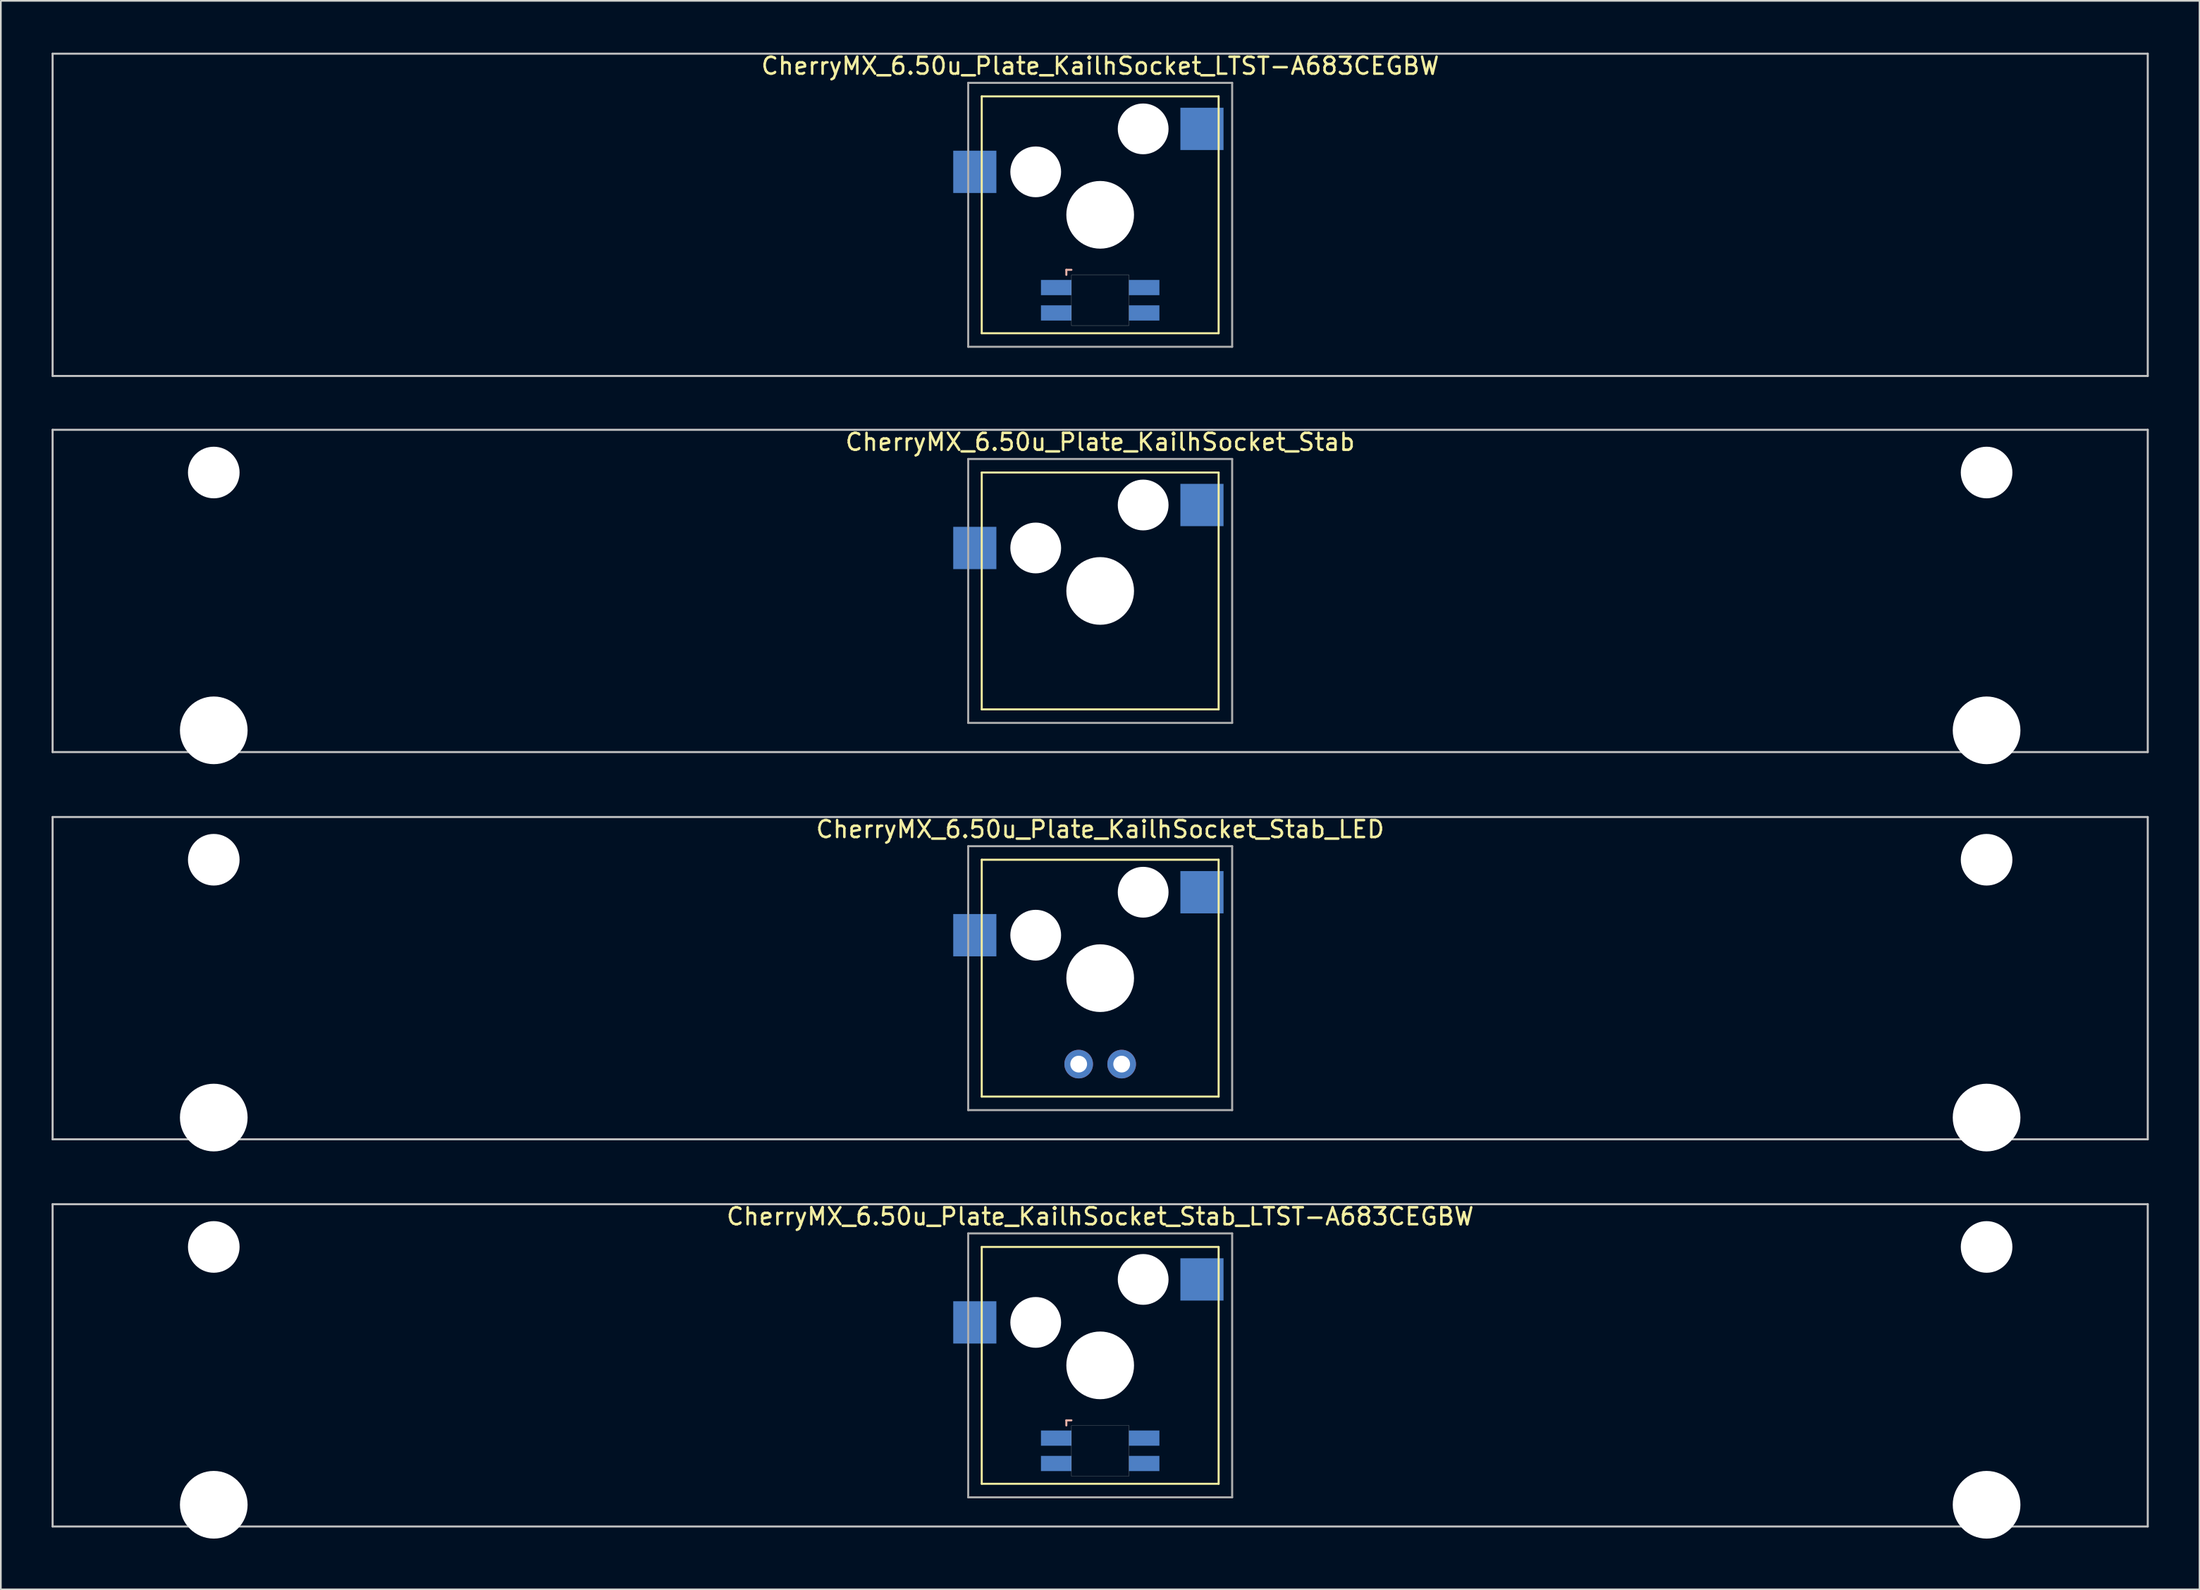
<source format=kicad_pcb>
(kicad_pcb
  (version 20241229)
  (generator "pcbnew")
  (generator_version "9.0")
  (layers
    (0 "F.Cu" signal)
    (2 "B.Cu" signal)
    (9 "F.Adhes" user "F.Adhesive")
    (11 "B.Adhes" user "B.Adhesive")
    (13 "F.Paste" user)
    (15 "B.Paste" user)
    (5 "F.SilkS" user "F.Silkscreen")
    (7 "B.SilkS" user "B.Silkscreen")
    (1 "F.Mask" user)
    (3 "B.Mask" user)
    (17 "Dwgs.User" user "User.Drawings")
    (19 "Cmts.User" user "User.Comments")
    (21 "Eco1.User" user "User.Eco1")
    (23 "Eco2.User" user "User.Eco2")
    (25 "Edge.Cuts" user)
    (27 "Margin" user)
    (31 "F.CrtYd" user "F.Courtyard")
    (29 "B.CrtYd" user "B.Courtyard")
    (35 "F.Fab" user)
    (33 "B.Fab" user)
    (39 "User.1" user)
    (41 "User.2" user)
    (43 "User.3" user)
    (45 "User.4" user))
  (footprint "CherryMX_6.50u_Plate_KailhSocket_Stab_LED"
    (layer "F.Cu")
    (at 61.972 54.77)
    (property "Reference" "CherryMX_6.50u_Plate_KailhSocket_Stab_LED" (at 0 -8.8 0) (layer "F.SilkS") (effects (font (size 1 1) (thickness 0.15))))
    (attr through_hole)
    (fp_line (start -7 -7) (end -7 7) (stroke (width 0.12) (type solid)) (layer "F.SilkS"))
    (fp_line (start -7 -7) (end 7 -7) (stroke (width 0.12) (type solid)) (layer "F.SilkS"))
    (fp_line (start 7 -7) (end 7 7) (stroke (width 0.12) (type solid)) (layer "F.SilkS"))
    (fp_line (start 7 7) (end -7 7) (stroke (width 0.12) (type solid)) (layer "F.SilkS"))
    (fp_line (start -61.913 -9.525) (end 61.913 -9.525) (stroke (width 0.12) (type solid)) (layer "Dwgs.User"))
    (fp_line (start -61.913 9.525) (end -61.913 -9.525) (stroke (width 0.12) (type solid)) (layer "Dwgs.User"))
    (fp_line (start 61.913 -9.525) (end 61.913 9.525) (stroke (width 0.12) (type solid)) (layer "Dwgs.User"))
    (fp_line (start 61.913 9.525) (end -61.913 9.525) (stroke (width 0.12) (type solid)) (layer "Dwgs.User"))
    (fp_line (start -7.8 -7.8) (end -7.8 7.8) (stroke (width 0.12) (type solid)) (layer "F.Fab"))
    (fp_line (start -7.8 -7.8) (end 7.8 -7.8) (stroke (width 0.12) (type solid)) (layer "F.Fab"))
    (fp_line (start -7.8 7.8) (end 7.8 7.8) (stroke (width 0.12) (type solid)) (layer "F.Fab"))
    (fp_line (start 7.8 -7.8) (end 7.8 7.8) (stroke (width 0.12) (type solid)) (layer "F.Fab"))
    (pad "" np_thru_hole circle (at -52.388 -7) (size 3.05 3.05) (drill 3.05) (layers "*.Cu" "*.Mask"))
    (pad "" np_thru_hole circle (at -52.388 8.24) (size 4 4) (drill 4) (layers "*.Cu" "*.Mask"))
    (pad "" np_thru_hole circle (at -3.81 -2.54) (size 3 3) (drill 3) (layers "*.Cu" "*.Mask"))
    (pad "" np_thru_hole circle (at 0 0) (size 4 4) (drill 4) (layers "*.Cu" "*.Mask"))
    (pad "" np_thru_hole circle (at 2.54 -5.08) (size 3 3) (drill 3) (layers "*.Cu" "*.Mask"))
    (pad "" np_thru_hole circle (at 52.388 -7) (size 3.05 3.05) (drill 3.05) (layers "*.Cu" "*.Mask"))
    (pad "" np_thru_hole circle (at 52.388 8.24) (size 4 4) (drill 4) (layers "*.Cu" "*.Mask"))
    (pad "1" smd rect (at -7.41 -2.54) (size 2.55 2.5) (layers "B.Cu" "B.Mask" "B.Paste"))
    (pad "2" smd rect (at 6.015 -5.08) (size 2.55 2.5) (layers "B.Cu" "B.Mask" "B.Paste"))
    (pad "3" thru_hole circle (at -1.27 5.08) (size 1.691 1.691) (drill 0.991) (layers "*.Cu" "*.Mask"))
    (pad "4" thru_hole circle (at 1.27 5.08) (size 1.691 1.691) (drill 0.991) (layers "*.Cu" "*.Mask")))
  (footprint "CherryMX_6.50u_Plate_KailhSocket_Stab_LTST-A683CEGBW"
    (layer "F.Cu")
    (at 61.972 77.658)
    (property "Reference" "CherryMX_6.50u_Plate_KailhSocket_Stab_LTST-A683CEGBW" (at 0 -8.8 0) (layer "F.SilkS") (effects (font (size 1 1) (thickness 0.15))))
    (attr through_hole)
    (fp_line (start -7 -7) (end -7 7) (stroke (width 0.12) (type solid)) (layer "F.SilkS"))
    (fp_line (start -7 -7) (end 7 -7) (stroke (width 0.12) (type solid)) (layer "F.SilkS"))
    (fp_line (start 7 -7) (end 7 7) (stroke (width 0.12) (type solid)) (layer "F.SilkS"))
    (fp_line (start 7 7) (end -7 7) (stroke (width 0.12) (type solid)) (layer "F.SilkS"))
    (fp_line (start -2 3.25) (end -2 3.55) (stroke (width 0.12) (type solid)) (layer "B.SilkS"))
    (fp_line (start -1.7 3.25) (end -2 3.25) (stroke (width 0.12) (type solid)) (layer "B.SilkS"))
    (fp_line (start -61.913 -9.525) (end 61.913 -9.525) (stroke (width 0.12) (type solid)) (layer "Dwgs.User"))
    (fp_line (start -61.913 9.525) (end -61.913 -9.525) (stroke (width 0.12) (type solid)) (layer "Dwgs.User"))
    (fp_line (start 61.913 -9.525) (end 61.913 9.525) (stroke (width 0.12) (type solid)) (layer "Dwgs.User"))
    (fp_line (start 61.913 9.525) (end -61.913 9.525) (stroke (width 0.12) (type solid)) (layer "Dwgs.User"))
    (fp_poly (pts (xy 1.7 6.55) (xy -1.7 6.55) (xy -1.7 3.55) (xy 1.7 3.55)) (stroke (width 0.01) (type solid)) (fill no) (layer "Edge.Cuts"))
    (fp_line (start -7.8 -7.8) (end -7.8 7.8) (stroke (width 0.12) (type solid)) (layer "F.Fab"))
    (fp_line (start -7.8 -7.8) (end 7.8 -7.8) (stroke (width 0.12) (type solid)) (layer "F.Fab"))
    (fp_line (start -7.8 7.8) (end 7.8 7.8) (stroke (width 0.12) (type solid)) (layer "F.Fab"))
    (fp_line (start 7.8 -7.8) (end 7.8 7.8) (stroke (width 0.12) (type solid)) (layer "F.Fab"))
    (pad "" np_thru_hole circle (at -52.388 -7) (size 3.05 3.05) (drill 3.05) (layers "*.Cu" "*.Mask"))
    (pad "" np_thru_hole circle (at -52.388 8.24) (size 4 4) (drill 4) (layers "*.Cu" "*.Mask"))
    (pad "" np_thru_hole circle (at -3.81 -2.54) (size 3 3) (drill 3) (layers "*.Cu" "*.Mask"))
    (pad "" np_thru_hole circle (at 0 0) (size 4 4) (drill 4) (layers "*.Cu" "*.Mask"))
    (pad "" np_thru_hole circle (at 2.54 -5.08) (size 3 3) (drill 3) (layers "*.Cu" "*.Mask"))
    (pad "" np_thru_hole circle (at 52.388 -7) (size 3.05 3.05) (drill 3.05) (layers "*.Cu" "*.Mask"))
    (pad "" np_thru_hole circle (at 52.388 8.24) (size 4 4) (drill 4) (layers "*.Cu" "*.Mask"))
    (pad "1" smd rect (at -7.41 -2.54) (size 2.55 2.5) (layers "B.Cu" "B.Mask" "B.Paste"))
    (pad "2" smd rect (at 6.015 -5.08) (size 2.55 2.5) (layers "B.Cu" "B.Mask" "B.Paste"))
    (pad "3" smd rect (at -2.6 4.3) (size 1.8 0.9) (layers "B.Cu" "B.Mask" "B.Paste"))
    (pad "4" smd rect (at -2.6 5.8) (size 1.8 0.9) (layers "B.Cu" "B.Mask" "B.Paste"))
    (pad "5" smd rect (at 2.6 4.3) (size 1.8 0.9) (layers "B.Cu" "B.Mask" "B.Paste"))
    (pad "6" smd rect (at 2.6 5.8) (size 1.8 0.9) (layers "B.Cu" "B.Mask" "B.Paste")))
  (footprint "CherryMX_6.50u_Plate_KailhSocket_LTST-A683CEGBW"
    (layer "F.Cu")
    (at 61.972 9.648)
    (property "Reference" "CherryMX_6.50u_Plate_KailhSocket_LTST-A683CEGBW" (at 0 -8.8 0) (layer "F.SilkS") (effects (font (size 1 1) (thickness 0.15))))
    (attr through_hole)
    (fp_line (start -7 -7) (end -7 7) (stroke (width 0.12) (type solid)) (layer "F.SilkS"))
    (fp_line (start -7 -7) (end 7 -7) (stroke (width 0.12) (type solid)) (layer "F.SilkS"))
    (fp_line (start 7 -7) (end 7 7) (stroke (width 0.12) (type solid)) (layer "F.SilkS"))
    (fp_line (start 7 7) (end -7 7) (stroke (width 0.12) (type solid)) (layer "F.SilkS"))
    (fp_line (start -2 3.25) (end -2 3.55) (stroke (width 0.12) (type solid)) (layer "B.SilkS"))
    (fp_line (start -1.7 3.25) (end -2 3.25) (stroke (width 0.12) (type solid)) (layer "B.SilkS"))
    (fp_line (start -61.913 -9.525) (end 61.913 -9.525) (stroke (width 0.12) (type solid)) (layer "Dwgs.User"))
    (fp_line (start -61.913 9.525) (end -61.913 -9.525) (stroke (width 0.12) (type solid)) (layer "Dwgs.User"))
    (fp_line (start 61.913 -9.525) (end 61.913 9.525) (stroke (width 0.12) (type solid)) (layer "Dwgs.User"))
    (fp_line (start 61.913 9.525) (end -61.913 9.525) (stroke (width 0.12) (type solid)) (layer "Dwgs.User"))
    (fp_poly (pts (xy 1.7 6.55) (xy -1.7 6.55) (xy -1.7 3.55) (xy 1.7 3.55)) (stroke (width 0.01) (type solid)) (fill no) (layer "Edge.Cuts"))
    (fp_line (start -7.8 -7.8) (end -7.8 7.8) (stroke (width 0.12) (type solid)) (layer "F.Fab"))
    (fp_line (start -7.8 -7.8) (end 7.8 -7.8) (stroke (width 0.12) (type solid)) (layer "F.Fab"))
    (fp_line (start -7.8 7.8) (end 7.8 7.8) (stroke (width 0.12) (type solid)) (layer "F.Fab"))
    (fp_line (start 7.8 -7.8) (end 7.8 7.8) (stroke (width 0.12) (type solid)) (layer "F.Fab"))
    (pad "" np_thru_hole circle (at -3.81 -2.54) (size 3 3) (drill 3) (layers "*.Cu" "*.Mask"))
    (pad "" np_thru_hole circle (at 0 0) (size 4 4) (drill 4) (layers "*.Cu" "*.Mask"))
    (pad "" np_thru_hole circle (at 2.54 -5.08) (size 3 3) (drill 3) (layers "*.Cu" "*.Mask"))
    (pad "1" smd rect (at -7.41 -2.54) (size 2.55 2.5) (layers "B.Cu" "B.Mask" "B.Paste"))
    (pad "2" smd rect (at 6.015 -5.08) (size 2.55 2.5) (layers "B.Cu" "B.Mask" "B.Paste"))
    (pad "3" smd rect (at -2.6 4.3) (size 1.8 0.9) (layers "B.Cu" "B.Mask" "B.Paste"))
    (pad "4" smd rect (at -2.6 5.8) (size 1.8 0.9) (layers "B.Cu" "B.Mask" "B.Paste"))
    (pad "5" smd rect (at 2.6 4.3) (size 1.8 0.9) (layers "B.Cu" "B.Mask" "B.Paste"))
    (pad "6" smd rect (at 2.6 5.8) (size 1.8 0.9) (layers "B.Cu" "B.Mask" "B.Paste")))
  (footprint "CherryMX_6.50u_Plate_KailhSocket_Stab"
    (layer "F.Cu")
    (at 61.972 31.881)
    (property "Reference" "CherryMX_6.50u_Plate_KailhSocket_Stab" (at 0 -8.8 0) (layer "F.SilkS") (effects (font (size 1 1) (thickness 0.15))))
    (attr through_hole)
    (fp_line (start -7 -7) (end -7 7) (stroke (width 0.12) (type solid)) (layer "F.SilkS"))
    (fp_line (start -7 -7) (end 7 -7) (stroke (width 0.12) (type solid)) (layer "F.SilkS"))
    (fp_line (start 7 -7) (end 7 7) (stroke (width 0.12) (type solid)) (layer "F.SilkS"))
    (fp_line (start 7 7) (end -7 7) (stroke (width 0.12) (type solid)) (layer "F.SilkS"))
    (fp_line (start -61.913 -9.525) (end 61.913 -9.525) (stroke (width 0.12) (type solid)) (layer "Dwgs.User"))
    (fp_line (start -61.913 9.525) (end -61.913 -9.525) (stroke (width 0.12) (type solid)) (layer "Dwgs.User"))
    (fp_line (start 61.913 -9.525) (end 61.913 9.525) (stroke (width 0.12) (type solid)) (layer "Dwgs.User"))
    (fp_line (start 61.913 9.525) (end -61.913 9.525) (stroke (width 0.12) (type solid)) (layer "Dwgs.User"))
    (fp_line (start -7.8 -7.8) (end -7.8 7.8) (stroke (width 0.12) (type solid)) (layer "F.Fab"))
    (fp_line (start -7.8 -7.8) (end 7.8 -7.8) (stroke (width 0.12) (type solid)) (layer "F.Fab"))
    (fp_line (start -7.8 7.8) (end 7.8 7.8) (stroke (width 0.12) (type solid)) (layer "F.Fab"))
    (fp_line (start 7.8 -7.8) (end 7.8 7.8) (stroke (width 0.12) (type solid)) (layer "F.Fab"))
    (pad "" np_thru_hole circle (at -52.388 -7) (size 3.05 3.05) (drill 3.05) (layers "*.Cu" "*.Mask"))
    (pad "" np_thru_hole circle (at -52.388 8.24) (size 4 4) (drill 4) (layers "*.Cu" "*.Mask"))
    (pad "" np_thru_hole circle (at -3.81 -2.54) (size 3 3) (drill 3) (layers "*.Cu" "*.Mask"))
    (pad "" np_thru_hole circle (at 0 0) (size 4 4) (drill 4) (layers "*.Cu" "*.Mask"))
    (pad "" np_thru_hole circle (at 2.54 -5.08) (size 3 3) (drill 3) (layers "*.Cu" "*.Mask"))
    (pad "" np_thru_hole circle (at 52.388 -7) (size 3.05 3.05) (drill 3.05) (layers "*.Cu" "*.Mask"))
    (pad "" np_thru_hole circle (at 52.388 8.24) (size 4 4) (drill 4) (layers "*.Cu" "*.Mask"))
    (pad "1" smd rect (at -7.41 -2.54) (size 2.55 2.5) (layers "B.Cu" "B.Mask" "B.Paste"))
    (pad "2" smd rect (at 6.015 -5.08) (size 2.55 2.5) (layers "B.Cu" "B.Mask" "B.Paste")))
  (gr_rect
    (start -3 -3)
    (end 126.945 90.898)
    (stroke (width 0.1) (type default))
    (fill no)
    (layer "Edge.Cuts")))
</source>
